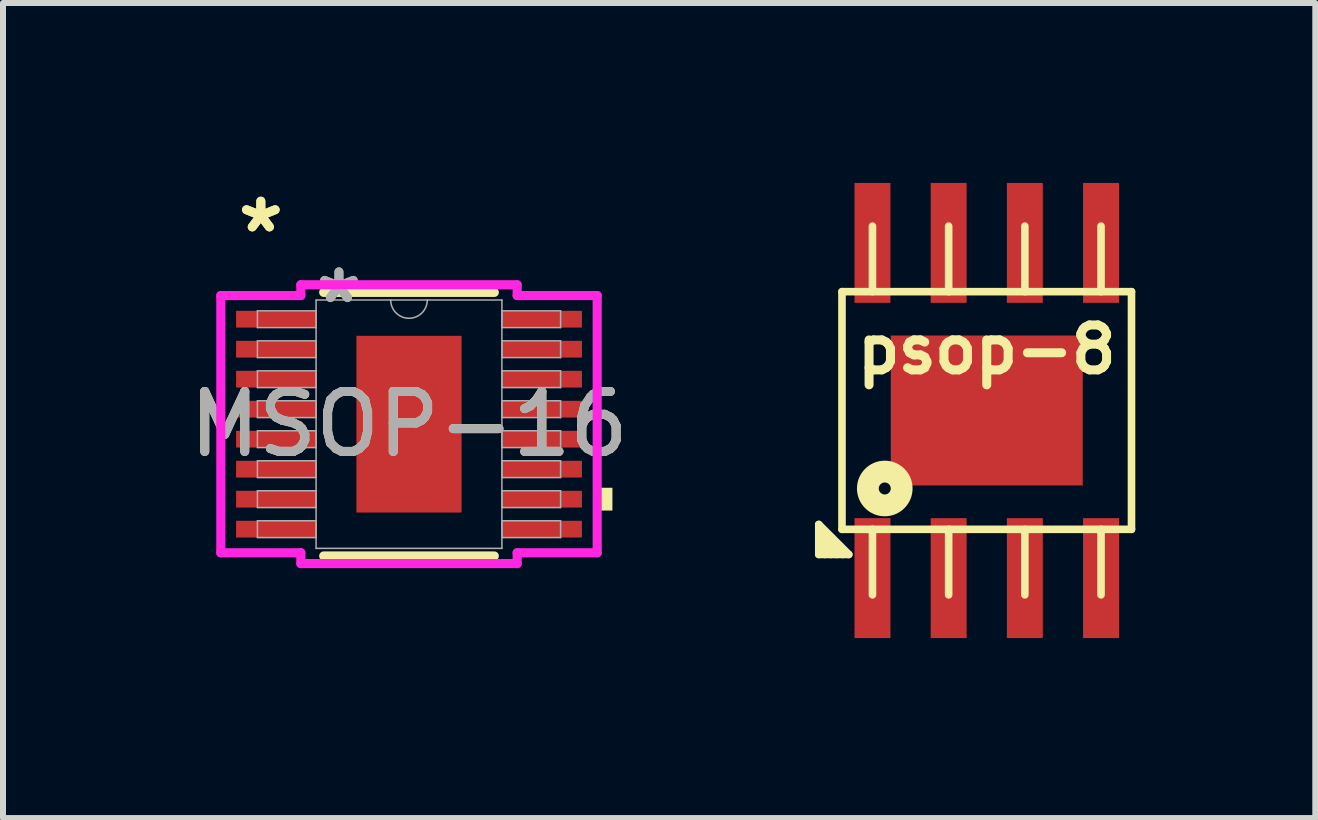
<source format=kicad_pcb>
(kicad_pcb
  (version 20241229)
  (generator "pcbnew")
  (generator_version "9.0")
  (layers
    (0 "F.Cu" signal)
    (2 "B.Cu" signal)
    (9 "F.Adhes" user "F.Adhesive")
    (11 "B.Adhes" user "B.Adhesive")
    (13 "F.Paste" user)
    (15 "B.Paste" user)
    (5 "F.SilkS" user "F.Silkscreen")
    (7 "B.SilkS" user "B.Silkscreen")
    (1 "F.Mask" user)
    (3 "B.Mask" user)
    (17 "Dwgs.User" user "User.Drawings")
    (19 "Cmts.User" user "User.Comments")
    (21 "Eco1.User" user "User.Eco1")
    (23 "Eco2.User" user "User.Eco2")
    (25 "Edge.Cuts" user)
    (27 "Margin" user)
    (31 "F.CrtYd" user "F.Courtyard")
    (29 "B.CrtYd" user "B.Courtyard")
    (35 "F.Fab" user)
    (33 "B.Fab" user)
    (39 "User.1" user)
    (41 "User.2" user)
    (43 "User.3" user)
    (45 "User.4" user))
  (footprint "psop-8"
    (layer "F.Cu")
    (at 13.399 3.793)
    (property "Reference" "psop-8" (at 0 -1.016 0) (layer "F.SilkS") (effects (font (size 0.749 0.749) (thickness 0.15))))
    (attr through_hole)
    (fp_line (start -2.8 1.9) (end -2.3 2.4) (stroke (width 0.127) (type solid)) (layer "F.SilkS"))
    (fp_line (start -2.8 2.4) (end -2.8 1.9) (stroke (width 0.127) (type solid)) (layer "F.SilkS"))
    (fp_line (start -2.7 2.4) (end -2.8 2.3) (stroke (width 0.127) (type solid)) (layer "F.SilkS"))
    (fp_line (start -2.6 2.4) (end -2.8 2.2) (stroke (width 0.127) (type solid)) (layer "F.SilkS"))
    (fp_line (start -2.5 2.4) (end -2.8 2.1) (stroke (width 0.127) (type solid)) (layer "F.SilkS"))
    (fp_line (start -2.413 -1.981) (end -2.413 1.981) (stroke (width 0.127) (type solid)) (layer "F.SilkS"))
    (fp_line (start -2.413 1.981) (end 2.413 1.981) (stroke (width 0.127) (type solid)) (layer "F.SilkS"))
    (fp_line (start -2.4 2.4) (end -2.8 2) (stroke (width 0.127) (type solid)) (layer "F.SilkS"))
    (fp_line (start -2.3 2.4) (end -2.8 2.4) (stroke (width 0.127) (type solid)) (layer "F.SilkS"))
    (fp_line (start -1.905 -1.981) (end -1.905 -3.073) (stroke (width 0.127) (type solid)) (layer "F.SilkS"))
    (fp_line (start -1.905 3.073) (end -1.905 1.981) (stroke (width 0.127) (type solid)) (layer "F.SilkS"))
    (fp_line (start -0.635 -1.981) (end -0.635 -3.073) (stroke (width 0.127) (type solid)) (layer "F.SilkS"))
    (fp_line (start -0.635 3.073) (end -0.635 1.981) (stroke (width 0.127) (type solid)) (layer "F.SilkS"))
    (fp_line (start 0.635 -1.981) (end 0.635 -3.073) (stroke (width 0.127) (type solid)) (layer "F.SilkS"))
    (fp_line (start 0.635 3.073) (end 0.635 1.981) (stroke (width 0.127) (type solid)) (layer "F.SilkS"))
    (fp_line (start 1.905 -3.073) (end 1.905 -1.981) (stroke (width 0.127) (type solid)) (layer "F.SilkS"))
    (fp_line (start 1.905 1.981) (end 1.905 3.073) (stroke (width 0.127) (type solid)) (layer "F.SilkS"))
    (fp_line (start 2.413 -1.981) (end -2.413 -1.981) (stroke (width 0.127) (type solid)) (layer "F.SilkS"))
    (fp_line (start 2.413 1.981) (end 2.413 -1.981) (stroke (width 0.127) (type solid)) (layer "F.SilkS"))
    (fp_circle (center -1.7 1.3) (end -2.1 1.3) (stroke (width 0.127) (type solid)) (fill no) (layer "F.SilkS"))
    (fp_circle (center -1.7 1.3) (end -2 1.3) (stroke (width 0.127) (type solid)) (fill no) (layer "F.SilkS"))
    (fp_circle (center -1.7 1.3) (end -1.9 1.3) (stroke (width 0.127) (type solid)) (fill no) (layer "F.SilkS"))
    (fp_circle (center -1.7 1.3) (end -1.8 1.3) (stroke (width 0.3) (type solid)) (fill no) (layer "F.SilkS"))
    (pad "1" smd rect (at -1.905 2.794) (size 0.599 1.999) (layers "F.Cu" "F.Mask" "F.Paste"))
    (pad "2" smd rect (at -0.635 2.794) (size 0.599 1.999) (layers "F.Cu" "F.Mask" "F.Paste"))
    (pad "3" smd rect (at 0.635 2.794) (size 0.599 1.999) (layers "F.Cu" "F.Mask" "F.Paste"))
    (pad "4" smd rect (at 1.905 2.794) (size 0.599 1.999) (layers "F.Cu" "F.Mask" "F.Paste"))
    (pad "5" smd rect (at 1.905 -2.794) (size 0.599 1.999) (layers "F.Cu" "F.Mask" "F.Paste"))
    (pad "6" smd rect (at 0.635 -2.794) (size 0.599 1.999) (layers "F.Cu" "F.Mask" "F.Paste"))
    (pad "7" smd rect (at -0.635 -2.794) (size 0.599 1.999) (layers "F.Cu" "F.Mask" "F.Paste"))
    (pad "8" smd rect (at -1.905 -2.794) (size 0.599 1.999) (layers "F.Cu" "F.Mask" "F.Paste"))
    (pad "8" smd rect (at 0 0) (size 3.2 2.499) (layers "F.Cu" "F.Mask" "F.Paste")))
  (footprint "MSOP-16"
    (layer "F.Cu")
    (at 3.768 4.021)
    (property "Reference" "MSOP-16" (at 0 0 0) (unlocked yes) (layer "F.SilkS") (effects (font (size 1 1) (thickness 0.15))))
    (attr smd)
    (fp_line (start -1.422 2.197) (end 1.422 2.197) (stroke (width 0.152) (type solid)) (layer "F.SilkS"))
    (fp_line (start 1.422 -2.197) (end -1.422 -2.197) (stroke (width 0.152) (type solid)) (layer "F.SilkS"))
    (fp_poly (pts (xy 3.391 1.06) (xy 3.391 1.44) (xy 3.137 1.44) (xy 3.137 1.06)) (stroke (width 0) (type solid)) (fill yes) (layer "F.SilkS"))
    (fp_poly (pts (xy -0.776 -1.373) (xy -0.776 -0.1) (xy 0.776 -0.1) (xy 0.776 -1.373)) (stroke (width 0) (type solid)) (fill yes) (layer "F.Paste"))
    (fp_poly (pts (xy -0.776 0.1) (xy -0.776 1.373) (xy 0.776 1.373) (xy 0.776 0.1)) (stroke (width 0) (type solid)) (fill yes) (layer "F.Paste"))
    (fp_line (start -3.137 -2.144) (end -1.803 -2.144) (stroke (width 0.152) (type solid)) (layer "F.CrtYd"))
    (fp_line (start -3.137 2.144) (end -3.137 -2.144) (stroke (width 0.152) (type solid)) (layer "F.CrtYd"))
    (fp_line (start -3.137 2.144) (end -1.803 2.144) (stroke (width 0.152) (type solid)) (layer "F.CrtYd"))
    (fp_line (start -1.803 -2.324) (end 1.803 -2.324) (stroke (width 0.152) (type solid)) (layer "F.CrtYd"))
    (fp_line (start -1.803 -2.144) (end -1.803 -2.324) (stroke (width 0.152) (type solid)) (layer "F.CrtYd"))
    (fp_line (start -1.803 2.324) (end -1.803 2.144) (stroke (width 0.152) (type solid)) (layer "F.CrtYd"))
    (fp_line (start 1.803 -2.324) (end 1.803 -2.144) (stroke (width 0.152) (type solid)) (layer "F.CrtYd"))
    (fp_line (start 1.803 2.144) (end 1.803 2.324) (stroke (width 0.152) (type solid)) (layer "F.CrtYd"))
    (fp_line (start 1.803 2.324) (end -1.803 2.324) (stroke (width 0.152) (type solid)) (layer "F.CrtYd"))
    (fp_line (start 3.137 -2.144) (end 1.803 -2.144) (stroke (width 0.152) (type solid)) (layer "F.CrtYd"))
    (fp_line (start 3.137 -2.144) (end 3.137 2.144) (stroke (width 0.152) (type solid)) (layer "F.CrtYd"))
    (fp_line (start 3.137 2.144) (end 1.803 2.144) (stroke (width 0.152) (type solid)) (layer "F.CrtYd"))
    (fp_line (start -2.527 -1.89) (end -2.527 -1.61) (stroke (width 0.025) (type solid)) (layer "F.Fab"))
    (fp_line (start -2.527 -1.61) (end -1.549 -1.61) (stroke (width 0.025) (type solid)) (layer "F.Fab"))
    (fp_line (start -2.527 -1.39) (end -2.527 -1.11) (stroke (width 0.025) (type solid)) (layer "F.Fab"))
    (fp_line (start -2.527 -1.11) (end -1.549 -1.11) (stroke (width 0.025) (type solid)) (layer "F.Fab"))
    (fp_line (start -2.527 -0.89) (end -2.527 -0.61) (stroke (width 0.025) (type solid)) (layer "F.Fab"))
    (fp_line (start -2.527 -0.61) (end -1.549 -0.61) (stroke (width 0.025) (type solid)) (layer "F.Fab"))
    (fp_line (start -2.527 -0.39) (end -2.527 -0.11) (stroke (width 0.025) (type solid)) (layer "F.Fab"))
    (fp_line (start -2.527 -0.11) (end -1.549 -0.11) (stroke (width 0.025) (type solid)) (layer "F.Fab"))
    (fp_line (start -2.527 0.11) (end -2.527 0.39) (stroke (width 0.025) (type solid)) (layer "F.Fab"))
    (fp_line (start -2.527 0.39) (end -1.549 0.39) (stroke (width 0.025) (type solid)) (layer "F.Fab"))
    (fp_line (start -2.527 0.61) (end -2.527 0.89) (stroke (width 0.025) (type solid)) (layer "F.Fab"))
    (fp_line (start -2.527 0.89) (end -1.549 0.89) (stroke (width 0.025) (type solid)) (layer "F.Fab"))
    (fp_line (start -2.527 1.11) (end -2.527 1.39) (stroke (width 0.025) (type solid)) (layer "F.Fab"))
    (fp_line (start -2.527 1.39) (end -1.549 1.39) (stroke (width 0.025) (type solid)) (layer "F.Fab"))
    (fp_line (start -2.527 1.61) (end -2.527 1.89) (stroke (width 0.025) (type solid)) (layer "F.Fab"))
    (fp_line (start -2.527 1.89) (end -1.549 1.89) (stroke (width 0.025) (type solid)) (layer "F.Fab"))
    (fp_line (start -1.549 -2.07) (end -1.549 2.07) (stroke (width 0.025) (type solid)) (layer "F.Fab"))
    (fp_line (start -1.549 -1.89) (end -2.527 -1.89) (stroke (width 0.025) (type solid)) (layer "F.Fab"))
    (fp_line (start -1.549 -1.61) (end -1.549 -1.89) (stroke (width 0.025) (type solid)) (layer "F.Fab"))
    (fp_line (start -1.549 -1.39) (end -2.527 -1.39) (stroke (width 0.025) (type solid)) (layer "F.Fab"))
    (fp_line (start -1.549 -1.11) (end -1.549 -1.39) (stroke (width 0.025) (type solid)) (layer "F.Fab"))
    (fp_line (start -1.549 -0.89) (end -2.527 -0.89) (stroke (width 0.025) (type solid)) (layer "F.Fab"))
    (fp_line (start -1.549 -0.61) (end -1.549 -0.89) (stroke (width 0.025) (type solid)) (layer "F.Fab"))
    (fp_line (start -1.549 -0.39) (end -2.527 -0.39) (stroke (width 0.025) (type solid)) (layer "F.Fab"))
    (fp_line (start -1.549 -0.11) (end -1.549 -0.39) (stroke (width 0.025) (type solid)) (layer "F.Fab"))
    (fp_line (start -1.549 0.11) (end -2.527 0.11) (stroke (width 0.025) (type solid)) (layer "F.Fab"))
    (fp_line (start -1.549 0.39) (end -1.549 0.11) (stroke (width 0.025) (type solid)) (layer "F.Fab"))
    (fp_line (start -1.549 0.61) (end -2.527 0.61) (stroke (width 0.025) (type solid)) (layer "F.Fab"))
    (fp_line (start -1.549 0.89) (end -1.549 0.61) (stroke (width 0.025) (type solid)) (layer "F.Fab"))
    (fp_line (start -1.549 1.11) (end -2.527 1.11) (stroke (width 0.025) (type solid)) (layer "F.Fab"))
    (fp_line (start -1.549 1.39) (end -1.549 1.11) (stroke (width 0.025) (type solid)) (layer "F.Fab"))
    (fp_line (start -1.549 1.61) (end -2.527 1.61) (stroke (width 0.025) (type solid)) (layer "F.Fab"))
    (fp_line (start -1.549 1.89) (end -1.549 1.61) (stroke (width 0.025) (type solid)) (layer "F.Fab"))
    (fp_line (start -1.549 2.07) (end 1.549 2.07) (stroke (width 0.025) (type solid)) (layer "F.Fab"))
    (fp_line (start 1.549 -2.07) (end -1.549 -2.07) (stroke (width 0.025) (type solid)) (layer "F.Fab"))
    (fp_line (start 1.549 -1.89) (end 1.549 -1.61) (stroke (width 0.025) (type solid)) (layer "F.Fab"))
    (fp_line (start 1.549 -1.61) (end 2.527 -1.61) (stroke (width 0.025) (type solid)) (layer "F.Fab"))
    (fp_line (start 1.549 -1.39) (end 1.549 -1.11) (stroke (width 0.025) (type solid)) (layer "F.Fab"))
    (fp_line (start 1.549 -1.11) (end 2.527 -1.11) (stroke (width 0.025) (type solid)) (layer "F.Fab"))
    (fp_line (start 1.549 -0.89) (end 1.549 -0.61) (stroke (width 0.025) (type solid)) (layer "F.Fab"))
    (fp_line (start 1.549 -0.61) (end 2.527 -0.61) (stroke (width 0.025) (type solid)) (layer "F.Fab"))
    (fp_line (start 1.549 -0.39) (end 1.549 -0.11) (stroke (width 0.025) (type solid)) (layer "F.Fab"))
    (fp_line (start 1.549 -0.11) (end 2.527 -0.11) (stroke (width 0.025) (type solid)) (layer "F.Fab"))
    (fp_line (start 1.549 0.11) (end 1.549 0.39) (stroke (width 0.025) (type solid)) (layer "F.Fab"))
    (fp_line (start 1.549 0.39) (end 2.527 0.39) (stroke (width 0.025) (type solid)) (layer "F.Fab"))
    (fp_line (start 1.549 0.61) (end 1.549 0.89) (stroke (width 0.025) (type solid)) (layer "F.Fab"))
    (fp_line (start 1.549 0.89) (end 2.527 0.89) (stroke (width 0.025) (type solid)) (layer "F.Fab"))
    (fp_line (start 1.549 1.11) (end 1.549 1.39) (stroke (width 0.025) (type solid)) (layer "F.Fab"))
    (fp_line (start 1.549 1.39) (end 2.527 1.39) (stroke (width 0.025) (type solid)) (layer "F.Fab"))
    (fp_line (start 1.549 1.61) (end 1.549 1.89) (stroke (width 0.025) (type solid)) (layer "F.Fab"))
    (fp_line (start 1.549 1.89) (end 2.527 1.89) (stroke (width 0.025) (type solid)) (layer "F.Fab"))
    (fp_line (start 1.549 2.07) (end 1.549 -2.07) (stroke (width 0.025) (type solid)) (layer "F.Fab"))
    (fp_line (start 2.527 -1.89) (end 1.549 -1.89) (stroke (width 0.025) (type solid)) (layer "F.Fab"))
    (fp_line (start 2.527 -1.61) (end 2.527 -1.89) (stroke (width 0.025) (type solid)) (layer "F.Fab"))
    (fp_line (start 2.527 -1.39) (end 1.549 -1.39) (stroke (width 0.025) (type solid)) (layer "F.Fab"))
    (fp_line (start 2.527 -1.11) (end 2.527 -1.39) (stroke (width 0.025) (type solid)) (layer "F.Fab"))
    (fp_line (start 2.527 -0.89) (end 1.549 -0.89) (stroke (width 0.025) (type solid)) (layer "F.Fab"))
    (fp_line (start 2.527 -0.61) (end 2.527 -0.89) (stroke (width 0.025) (type solid)) (layer "F.Fab"))
    (fp_line (start 2.527 -0.39) (end 1.549 -0.39) (stroke (width 0.025) (type solid)) (layer "F.Fab"))
    (fp_line (start 2.527 -0.11) (end 2.527 -0.39) (stroke (width 0.025) (type solid)) (layer "F.Fab"))
    (fp_line (start 2.527 0.11) (end 1.549 0.11) (stroke (width 0.025) (type solid)) (layer "F.Fab"))
    (fp_line (start 2.527 0.39) (end 2.527 0.11) (stroke (width 0.025) (type solid)) (layer "F.Fab"))
    (fp_line (start 2.527 0.61) (end 1.549 0.61) (stroke (width 0.025) (type solid)) (layer "F.Fab"))
    (fp_line (start 2.527 0.89) (end 2.527 0.61) (stroke (width 0.025) (type solid)) (layer "F.Fab"))
    (fp_line (start 2.527 1.11) (end 1.549 1.11) (stroke (width 0.025) (type solid)) (layer "F.Fab"))
    (fp_line (start 2.527 1.39) (end 2.527 1.11) (stroke (width 0.025) (type solid)) (layer "F.Fab"))
    (fp_line (start 2.527 1.61) (end 1.549 1.61) (stroke (width 0.025) (type solid)) (layer "F.Fab"))
    (fp_line (start 2.527 1.89) (end 2.527 1.61) (stroke (width 0.025) (type solid)) (layer "F.Fab"))
    (fp_arc (start 0.3048 -2.0701) (mid 0 -1.7653) (end -0.3048 -2.0701) (stroke (width 0.0254) (type solid)) (layer "F.Fab"))
    (fp_text user "*" (at -2.47 -3.172 0) (unlocked yes) (layer "F.SilkS") (effects (font (size 1 1) (thickness 0.15))))
    (fp_text user "*" (at -2.47 -3.172 0) (layer "F.SilkS") (effects (font (size 1 1) (thickness 0.15))))
    (fp_text user "${REFERENCE}" (at 0 0 0) (unlocked yes) (layer "F.Fab") (effects (font (size 1 1) (thickness 0.15))))
    (fp_text user "*" (at -1.168 -1.994 0) (layer "F.Fab") (effects (font (size 1 1) (thickness 0.15))))
    (fp_text user "*" (at -1.168 -1.994 0) (unlocked yes) (layer "F.Fab") (effects (font (size 1 1) (thickness 0.15))))
    (pad "1" smd rect (at -2.216 -1.75) (size 1.333 0.279) (layers "F.Cu" "F.Mask" "F.Paste"))
    (pad "2" smd rect (at -2.216 -1.25) (size 1.333 0.279) (layers "F.Cu" "F.Mask" "F.Paste"))
    (pad "3" smd rect (at -2.216 -0.75) (size 1.333 0.279) (layers "F.Cu" "F.Mask" "F.Paste"))
    (pad "4" smd rect (at -2.216 -0.25) (size 1.333 0.279) (layers "F.Cu" "F.Mask" "F.Paste"))
    (pad "5" smd rect (at -2.216 0.25) (size 1.333 0.279) (layers "F.Cu" "F.Mask" "F.Paste"))
    (pad "6" smd rect (at -2.216 0.75) (size 1.333 0.279) (layers "F.Cu" "F.Mask" "F.Paste"))
    (pad "7" smd rect (at -2.216 1.25) (size 1.333 0.279) (layers "F.Cu" "F.Mask" "F.Paste"))
    (pad "8" smd rect (at -2.216 1.75) (size 1.333 0.279) (layers "F.Cu" "F.Mask" "F.Paste"))
    (pad "9" smd rect (at 2.216 1.75) (size 1.333 0.279) (layers "F.Cu" "F.Mask" "F.Paste"))
    (pad "10" smd rect (at 2.216 1.25) (size 1.333 0.279) (layers "F.Cu" "F.Mask" "F.Paste"))
    (pad "11" smd rect (at 2.216 0.75) (size 1.333 0.279) (layers "F.Cu" "F.Mask" "F.Paste"))
    (pad "12" smd rect (at 2.216 0.25) (size 1.333 0.279) (layers "F.Cu" "F.Mask" "F.Paste"))
    (pad "13" smd rect (at 2.216 -0.25) (size 1.333 0.279) (layers "F.Cu" "F.Mask" "F.Paste"))
    (pad "14" smd rect (at 2.216 -0.75) (size 1.333 0.279) (layers "F.Cu" "F.Mask" "F.Paste"))
    (pad "15" smd rect (at 2.216 -1.25) (size 1.333 0.279) (layers "F.Cu" "F.Mask" "F.Paste"))
    (pad "16" smd rect (at 2.216 -1.75) (size 1.333 0.279) (layers "F.Cu" "F.Mask" "F.Paste"))
    (pad "17" smd rect (at 0 0) (size 1.753 2.946) (layers "F.Cu" "F.Mask")))
  (gr_rect
    (start -3 -3)
    (end 18.876 10.587)
    (stroke (width 0.1) (type default))
    (fill no)
    (layer "Edge.Cuts")))
</source>
